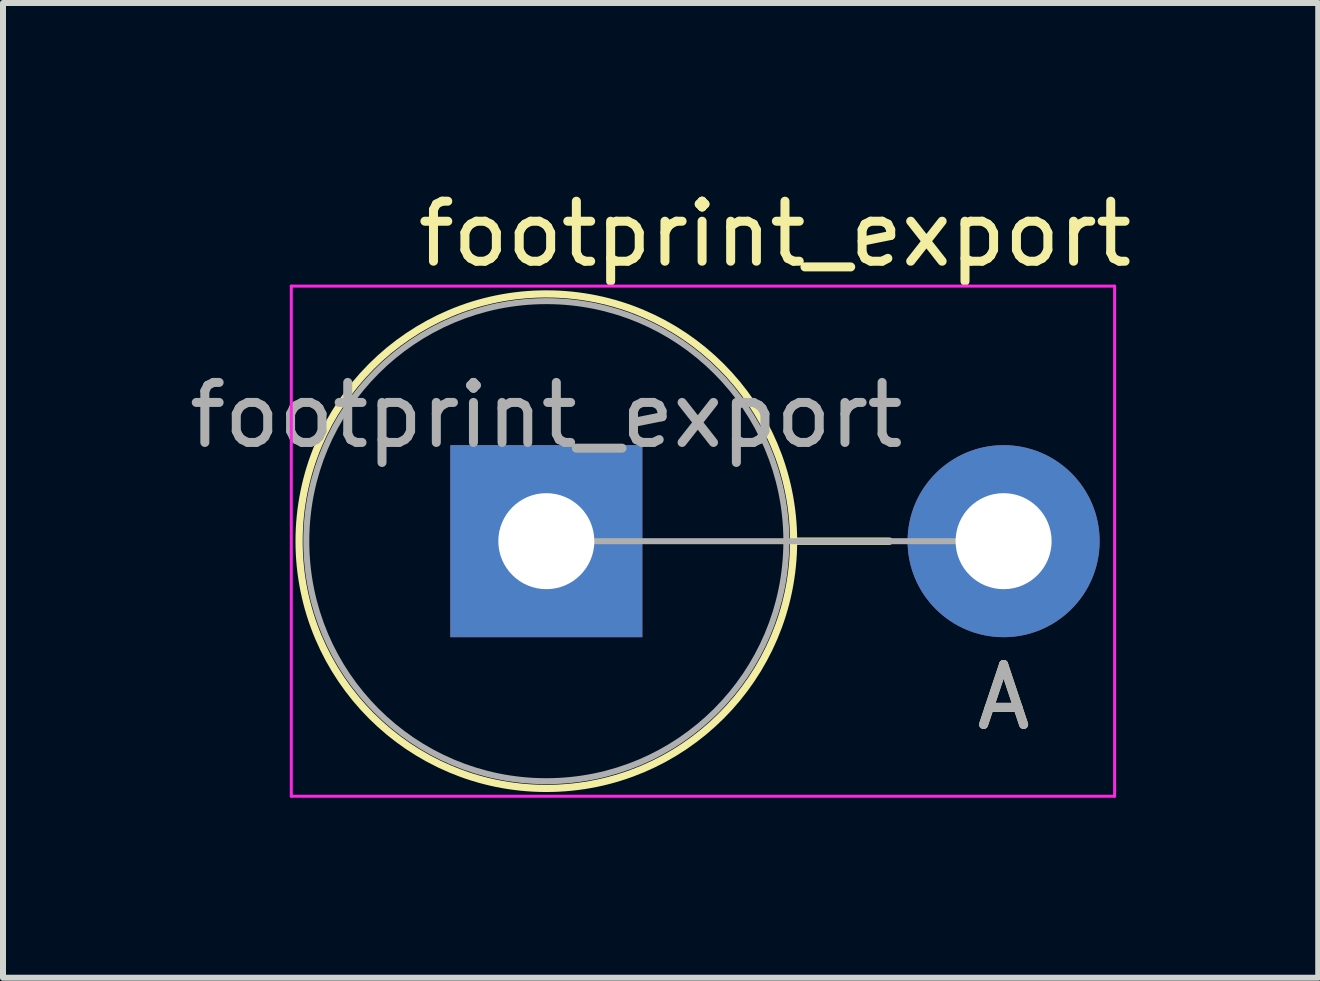
<source format=kicad_pcb>
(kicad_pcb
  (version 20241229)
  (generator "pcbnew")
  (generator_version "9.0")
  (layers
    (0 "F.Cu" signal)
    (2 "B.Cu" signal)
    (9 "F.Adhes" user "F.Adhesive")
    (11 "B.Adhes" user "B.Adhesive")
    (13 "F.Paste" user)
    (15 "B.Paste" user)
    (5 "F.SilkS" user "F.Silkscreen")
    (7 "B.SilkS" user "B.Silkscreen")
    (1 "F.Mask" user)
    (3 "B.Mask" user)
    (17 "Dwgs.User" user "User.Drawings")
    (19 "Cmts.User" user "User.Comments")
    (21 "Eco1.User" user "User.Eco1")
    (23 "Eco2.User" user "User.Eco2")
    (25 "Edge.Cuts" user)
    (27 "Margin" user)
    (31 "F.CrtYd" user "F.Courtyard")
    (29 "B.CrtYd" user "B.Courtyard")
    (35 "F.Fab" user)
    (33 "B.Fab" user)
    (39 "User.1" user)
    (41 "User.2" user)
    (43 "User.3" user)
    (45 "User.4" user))
  (footprint "footprint_export"
    (layer "F.Cu")
    (at 6.054 5.968)
    (property "Reference" "footprint_export" (at 3.81 -5.12 0) (layer "F.SilkS") (effects (font (size 1 1) (thickness 0.15))))
    (attr through_hole)
    (fp_line (start 4.12 0) (end 5.72 0) (stroke (width 0.12) (type solid)) (layer "F.SilkS"))
    (fp_circle (center 0 0) (end 4.12 0) (stroke (width 0.12) (type solid)) (fill no) (layer "F.SilkS"))
    (fp_line (start -4.25 -4.25) (end -4.25 4.25) (stroke (width 0.05) (type solid)) (layer "F.CrtYd"))
    (fp_line (start -4.25 4.25) (end 9.47 4.25) (stroke (width 0.05) (type solid)) (layer "F.CrtYd"))
    (fp_line (start 9.47 -4.25) (end -4.25 -4.25) (stroke (width 0.05) (type solid)) (layer "F.CrtYd"))
    (fp_line (start 9.47 4.25) (end 9.47 -4.25) (stroke (width 0.05) (type solid)) (layer "F.CrtYd"))
    (fp_line (start 0 0) (end 7.62 0) (stroke (width 0.1) (type solid)) (layer "F.Fab"))
    (fp_circle (center 0 0) (end 4 0) (stroke (width 0.1) (type solid)) (fill no) (layer "F.Fab"))
    (fp_text user "A" (at 7.62 2.6 0) (layer "F.SilkS") (effects (font (size 1 1) (thickness 0.15))))
    (fp_text user "A" (at 7.62 2.6 0) (layer "F.Fab") (effects (font (size 1 1) (thickness 0.15))))
    (fp_text user "${REFERENCE}" (at 0 -2.1 0) (layer "F.Fab") (effects (font (size 1 1) (thickness 0.15))))
    (pad "1" thru_hole rect (at 0 0) (size 3.2 3.2) (drill 1.6) (layers "*.Cu" "*.Mask"))
    (pad "2" thru_hole oval (at 7.62 0) (size 3.2 3.2) (drill 1.6) (layers "*.Cu" "*.Mask")))
  (gr_rect
    (start -3 -3)
    (end 18.917 13.243)
    (stroke (width 0.1) (type default))
    (fill no)
    (layer "Edge.Cuts")))
</source>
